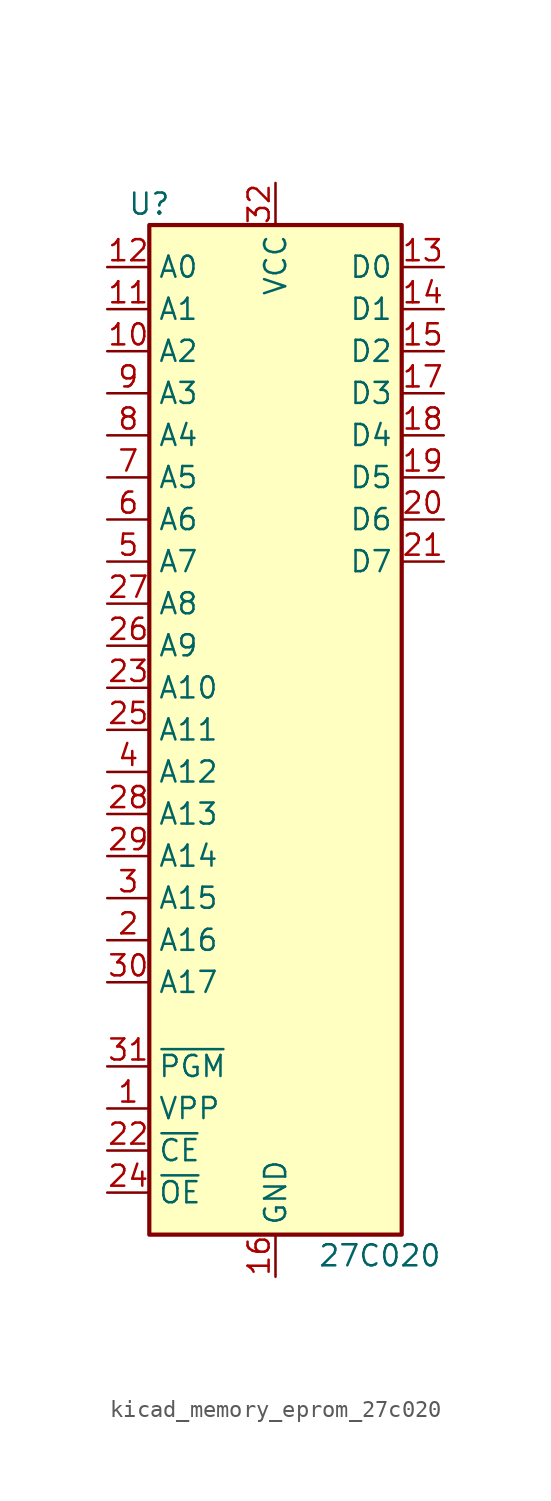
<source format=kicad_sym>
(kicad_symbol_lib
  (version 20220914)
  (generator kicad_symbol_editor)
  (symbol "kicad_memory_eprom_27c020"
    (property "Reference" "U"
      (at -7.62 31.75 0)
      (effects (font (size 1.27 1.27))))
    (property "Value" "27C020"
      (at 2.54 -31.75 0)
      (effects (font (size 1.27 1.27)) (justify left)))
    (symbol "kicad_memory_eprom_27c020_1_1"
      (rectangle (start -7.62 30.48) (end 7.62 -30.48) (stroke (width 0.254) (type default)) (fill (type background)))
      (pin input line (at -10.16 -22.86 0) (length 2.54) (name "VPP" (effects (font (size 1.27 1.27)))) (number "1" (effects (font (size 1.27 1.27)))))
      (pin input line (at -10.16 22.86 0) (length 2.54) (name "A2" (effects (font (size 1.27 1.27)))) (number "10" (effects (font (size 1.27 1.27)))))
      (pin input line (at -10.16 25.4 0) (length 2.54) (name "A1" (effects (font (size 1.27 1.27)))) (number "11" (effects (font (size 1.27 1.27)))))
      (pin input line (at -10.16 27.94 0) (length 2.54) (name "A0" (effects (font (size 1.27 1.27)))) (number "12" (effects (font (size 1.27 1.27)))))
      (pin tri_state line (at 10.16 27.94 180) (length 2.54) (name "D0" (effects (font (size 1.27 1.27)))) (number "13" (effects (font (size 1.27 1.27)))))
      (pin tri_state line (at 10.16 25.4 180) (length 2.54) (name "D1" (effects (font (size 1.27 1.27)))) (number "14" (effects (font (size 1.27 1.27)))))
      (pin tri_state line (at 10.16 22.86 180) (length 2.54) (name "D2" (effects (font (size 1.27 1.27)))) (number "15" (effects (font (size 1.27 1.27)))))
      (pin power_in line (at 0 -33.02 90) (length 2.54) (name "GND" (effects (font (size 1.27 1.27)))) (number "16" (effects (font (size 1.27 1.27)))))
      (pin tri_state line (at 10.16 20.32 180) (length 2.54) (name "D3" (effects (font (size 1.27 1.27)))) (number "17" (effects (font (size 1.27 1.27)))))
      (pin tri_state line (at 10.16 17.78 180) (length 2.54) (name "D4" (effects (font (size 1.27 1.27)))) (number "18" (effects (font (size 1.27 1.27)))))
      (pin tri_state line (at 10.16 15.24 180) (length 2.54) (name "D5" (effects (font (size 1.27 1.27)))) (number "19" (effects (font (size 1.27 1.27)))))
      (pin input line (at -10.16 -12.7 0) (length 2.54) (name "A16" (effects (font (size 1.27 1.27)))) (number "2" (effects (font (size 1.27 1.27)))))
      (pin tri_state line (at 10.16 12.7 180) (length 2.54) (name "D6" (effects (font (size 1.27 1.27)))) (number "20" (effects (font (size 1.27 1.27)))))
      (pin tri_state line (at 10.16 10.16 180) (length 2.54) (name "D7" (effects (font (size 1.27 1.27)))) (number "21" (effects (font (size 1.27 1.27)))))
      (pin input line (at -10.16 -25.4 0) (length 2.54) (name "~{CE}" (effects (font (size 1.27 1.27)))) (number "22" (effects (font (size 1.27 1.27)))))
      (pin input line (at -10.16 2.54 0) (length 2.54) (name "A10" (effects (font (size 1.27 1.27)))) (number "23" (effects (font (size 1.27 1.27)))))
      (pin input line (at -10.16 -27.94 0) (length 2.54) (name "~{OE}" (effects (font (size 1.27 1.27)))) (number "24" (effects (font (size 1.27 1.27)))))
      (pin input line (at -10.16 0 0) (length 2.54) (name "A11" (effects (font (size 1.27 1.27)))) (number "25" (effects (font (size 1.27 1.27)))))
      (pin input line (at -10.16 5.08 0) (length 2.54) (name "A9" (effects (font (size 1.27 1.27)))) (number "26" (effects (font (size 1.27 1.27)))))
      (pin input line (at -10.16 7.62 0) (length 2.54) (name "A8" (effects (font (size 1.27 1.27)))) (number "27" (effects (font (size 1.27 1.27)))))
      (pin input line (at -10.16 -5.08 0) (length 2.54) (name "A13" (effects (font (size 1.27 1.27)))) (number "28" (effects (font (size 1.27 1.27)))))
      (pin input line (at -10.16 -7.62 0) (length 2.54) (name "A14" (effects (font (size 1.27 1.27)))) (number "29" (effects (font (size 1.27 1.27)))))
      (pin input line (at -10.16 -10.16 0) (length 2.54) (name "A15" (effects (font (size 1.27 1.27)))) (number "3" (effects (font (size 1.27 1.27)))))
      (pin input line (at -10.16 -15.24 0) (length 2.54) (name "A17" (effects (font (size 1.27 1.27)))) (number "30" (effects (font (size 1.27 1.27)))))
      (pin input line (at -10.16 -20.32 0) (length 2.54) (name "~{PGM}" (effects (font (size 1.27 1.27)))) (number "31" (effects (font (size 1.27 1.27)))))
      (pin power_in line (at 0 33.02 270) (length 2.54) (name "VCC" (effects (font (size 1.27 1.27)))) (number "32" (effects (font (size 1.27 1.27)))))
      (pin input line (at -10.16 -2.54 0) (length 2.54) (name "A12" (effects (font (size 1.27 1.27)))) (number "4" (effects (font (size 1.27 1.27)))))
      (pin input line (at -10.16 10.16 0) (length 2.54) (name "A7" (effects (font (size 1.27 1.27)))) (number "5" (effects (font (size 1.27 1.27)))))
      (pin input line (at -10.16 12.7 0) (length 2.54) (name "A6" (effects (font (size 1.27 1.27)))) (number "6" (effects (font (size 1.27 1.27)))))
      (pin input line (at -10.16 15.24 0) (length 2.54) (name "A5" (effects (font (size 1.27 1.27)))) (number "7" (effects (font (size 1.27 1.27)))))
      (pin input line (at -10.16 17.78 0) (length 2.54) (name "A4" (effects (font (size 1.27 1.27)))) (number "8" (effects (font (size 1.27 1.27)))))
      (pin input line (at -10.16 20.32 0) (length 2.54) (name "A3" (effects (font (size 1.27 1.27)))) (number "9" (effects (font (size 1.27 1.27))))))))
</source>
